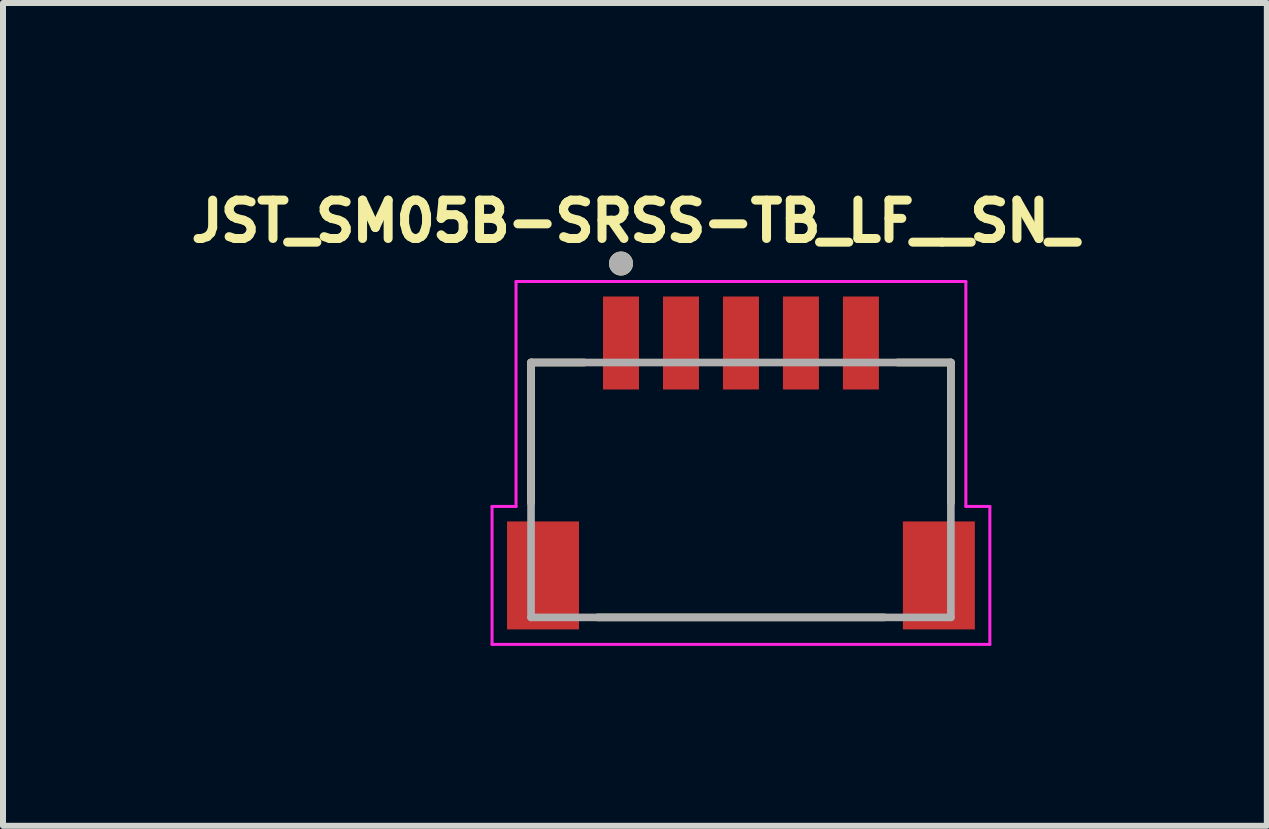
<source format=kicad_pcb>
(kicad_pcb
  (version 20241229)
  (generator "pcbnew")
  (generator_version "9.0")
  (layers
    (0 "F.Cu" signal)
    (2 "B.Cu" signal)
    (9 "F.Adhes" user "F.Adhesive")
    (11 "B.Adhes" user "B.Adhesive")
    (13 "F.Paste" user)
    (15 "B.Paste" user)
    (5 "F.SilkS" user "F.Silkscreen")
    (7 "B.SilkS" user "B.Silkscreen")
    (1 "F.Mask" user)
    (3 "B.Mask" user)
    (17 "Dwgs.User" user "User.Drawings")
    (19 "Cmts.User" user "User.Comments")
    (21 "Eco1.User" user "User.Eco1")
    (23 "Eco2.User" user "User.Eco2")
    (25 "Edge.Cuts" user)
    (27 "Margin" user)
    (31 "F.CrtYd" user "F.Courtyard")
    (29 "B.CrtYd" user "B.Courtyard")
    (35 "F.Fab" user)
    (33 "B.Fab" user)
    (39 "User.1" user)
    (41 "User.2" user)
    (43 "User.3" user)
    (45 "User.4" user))
  (footprint "JST_SM05B-SRSS-TB_LF__SN_"
    (layer "F.Cu")
    (at 9.304 6.544)
    (property "Reference" "JST_SM05B-SRSS-TB_LF__SN_" (at -1.768 -5.906 0) (layer "F.SilkS") (effects (font (size 0.64 0.64) (thickness 0.15))))
    (attr smd)
    (fp_line (start -3.5 -3.55) (end -3.5 -1.21) (stroke (width 0.127) (type solid)) (layer "F.SilkS"))
    (fp_line (start -2.61 -3.55) (end -3.5 -3.55) (stroke (width 0.127) (type solid)) (layer "F.SilkS"))
    (fp_line (start -2.39 0.7) (end 2.39 0.7) (stroke (width 0.127) (type solid)) (layer "F.SilkS"))
    (fp_line (start 2.61 -3.55) (end 3.5 -3.55) (stroke (width 0.127) (type solid)) (layer "F.SilkS"))
    (fp_line (start 3.5 -3.55) (end 3.5 -1.21) (stroke (width 0.127) (type solid)) (layer "F.SilkS"))
    (fp_circle (center -2 -5.2) (end -1.9 -5.2) (stroke (width 0.2) (type solid)) (fill no) (layer "F.SilkS"))
    (fp_line (start -4.15 -1.15) (end -3.75 -1.15) (stroke (width 0.05) (type solid)) (layer "F.CrtYd"))
    (fp_line (start -4.15 1.15) (end -4.15 -1.15) (stroke (width 0.05) (type solid)) (layer "F.CrtYd"))
    (fp_line (start -3.75 -4.9) (end 3.75 -4.9) (stroke (width 0.05) (type solid)) (layer "F.CrtYd"))
    (fp_line (start -3.75 -1.15) (end -3.75 -4.9) (stroke (width 0.05) (type solid)) (layer "F.CrtYd"))
    (fp_line (start 3.75 -4.9) (end 3.75 -1.15) (stroke (width 0.05) (type solid)) (layer "F.CrtYd"))
    (fp_line (start 3.75 -1.15) (end 4.15 -1.15) (stroke (width 0.05) (type solid)) (layer "F.CrtYd"))
    (fp_line (start 4.15 -1.15) (end 4.15 1.15) (stroke (width 0.05) (type solid)) (layer "F.CrtYd"))
    (fp_line (start 4.15 1.15) (end -4.15 1.15) (stroke (width 0.05) (type solid)) (layer "F.CrtYd"))
    (fp_line (start -3.5 -3.55) (end 3.5 -3.55) (stroke (width 0.127) (type solid)) (layer "F.Fab"))
    (fp_line (start -3.5 0.7) (end -3.5 -3.55) (stroke (width 0.127) (type solid)) (layer "F.Fab"))
    (fp_line (start 3.5 -3.55) (end 3.5 0.7) (stroke (width 0.127) (type solid)) (layer "F.Fab"))
    (fp_line (start 3.5 0.7) (end -3.5 0.7) (stroke (width 0.127) (type solid)) (layer "F.Fab"))
    (fp_circle (center -2 -5.2) (end -1.9 -5.2) (stroke (width 0.2) (type solid)) (fill no) (layer "F.Fab"))
    (pad "1" smd rect (at -2 -3.875) (size 0.6 1.55) (layers "F.Cu" "F.Mask" "F.Paste"))
    (pad "2" smd rect (at -1 -3.875) (size 0.6 1.55) (layers "F.Cu" "F.Mask" "F.Paste"))
    (pad "3" smd rect (at 0 -3.875) (size 0.6 1.55) (layers "F.Cu" "F.Mask" "F.Paste"))
    (pad "4" smd rect (at 1 -3.875) (size 0.6 1.55) (layers "F.Cu" "F.Mask" "F.Paste"))
    (pad "5" smd rect (at 2 -3.875) (size 0.6 1.55) (layers "F.Cu" "F.Mask" "F.Paste"))
    (pad "S1" smd rect (at -3.3 0) (size 1.2 1.8) (layers "F.Cu" "F.Mask" "F.Paste"))
    (pad "S2" smd rect (at 3.3 0) (size 1.2 1.8) (layers "F.Cu" "F.Mask" "F.Paste")))
  (gr_rect
    (start -3 -3)
    (end 18.072 10.719)
    (stroke (width 0.1) (type default))
    (fill no)
    (layer "Edge.Cuts")))
</source>
